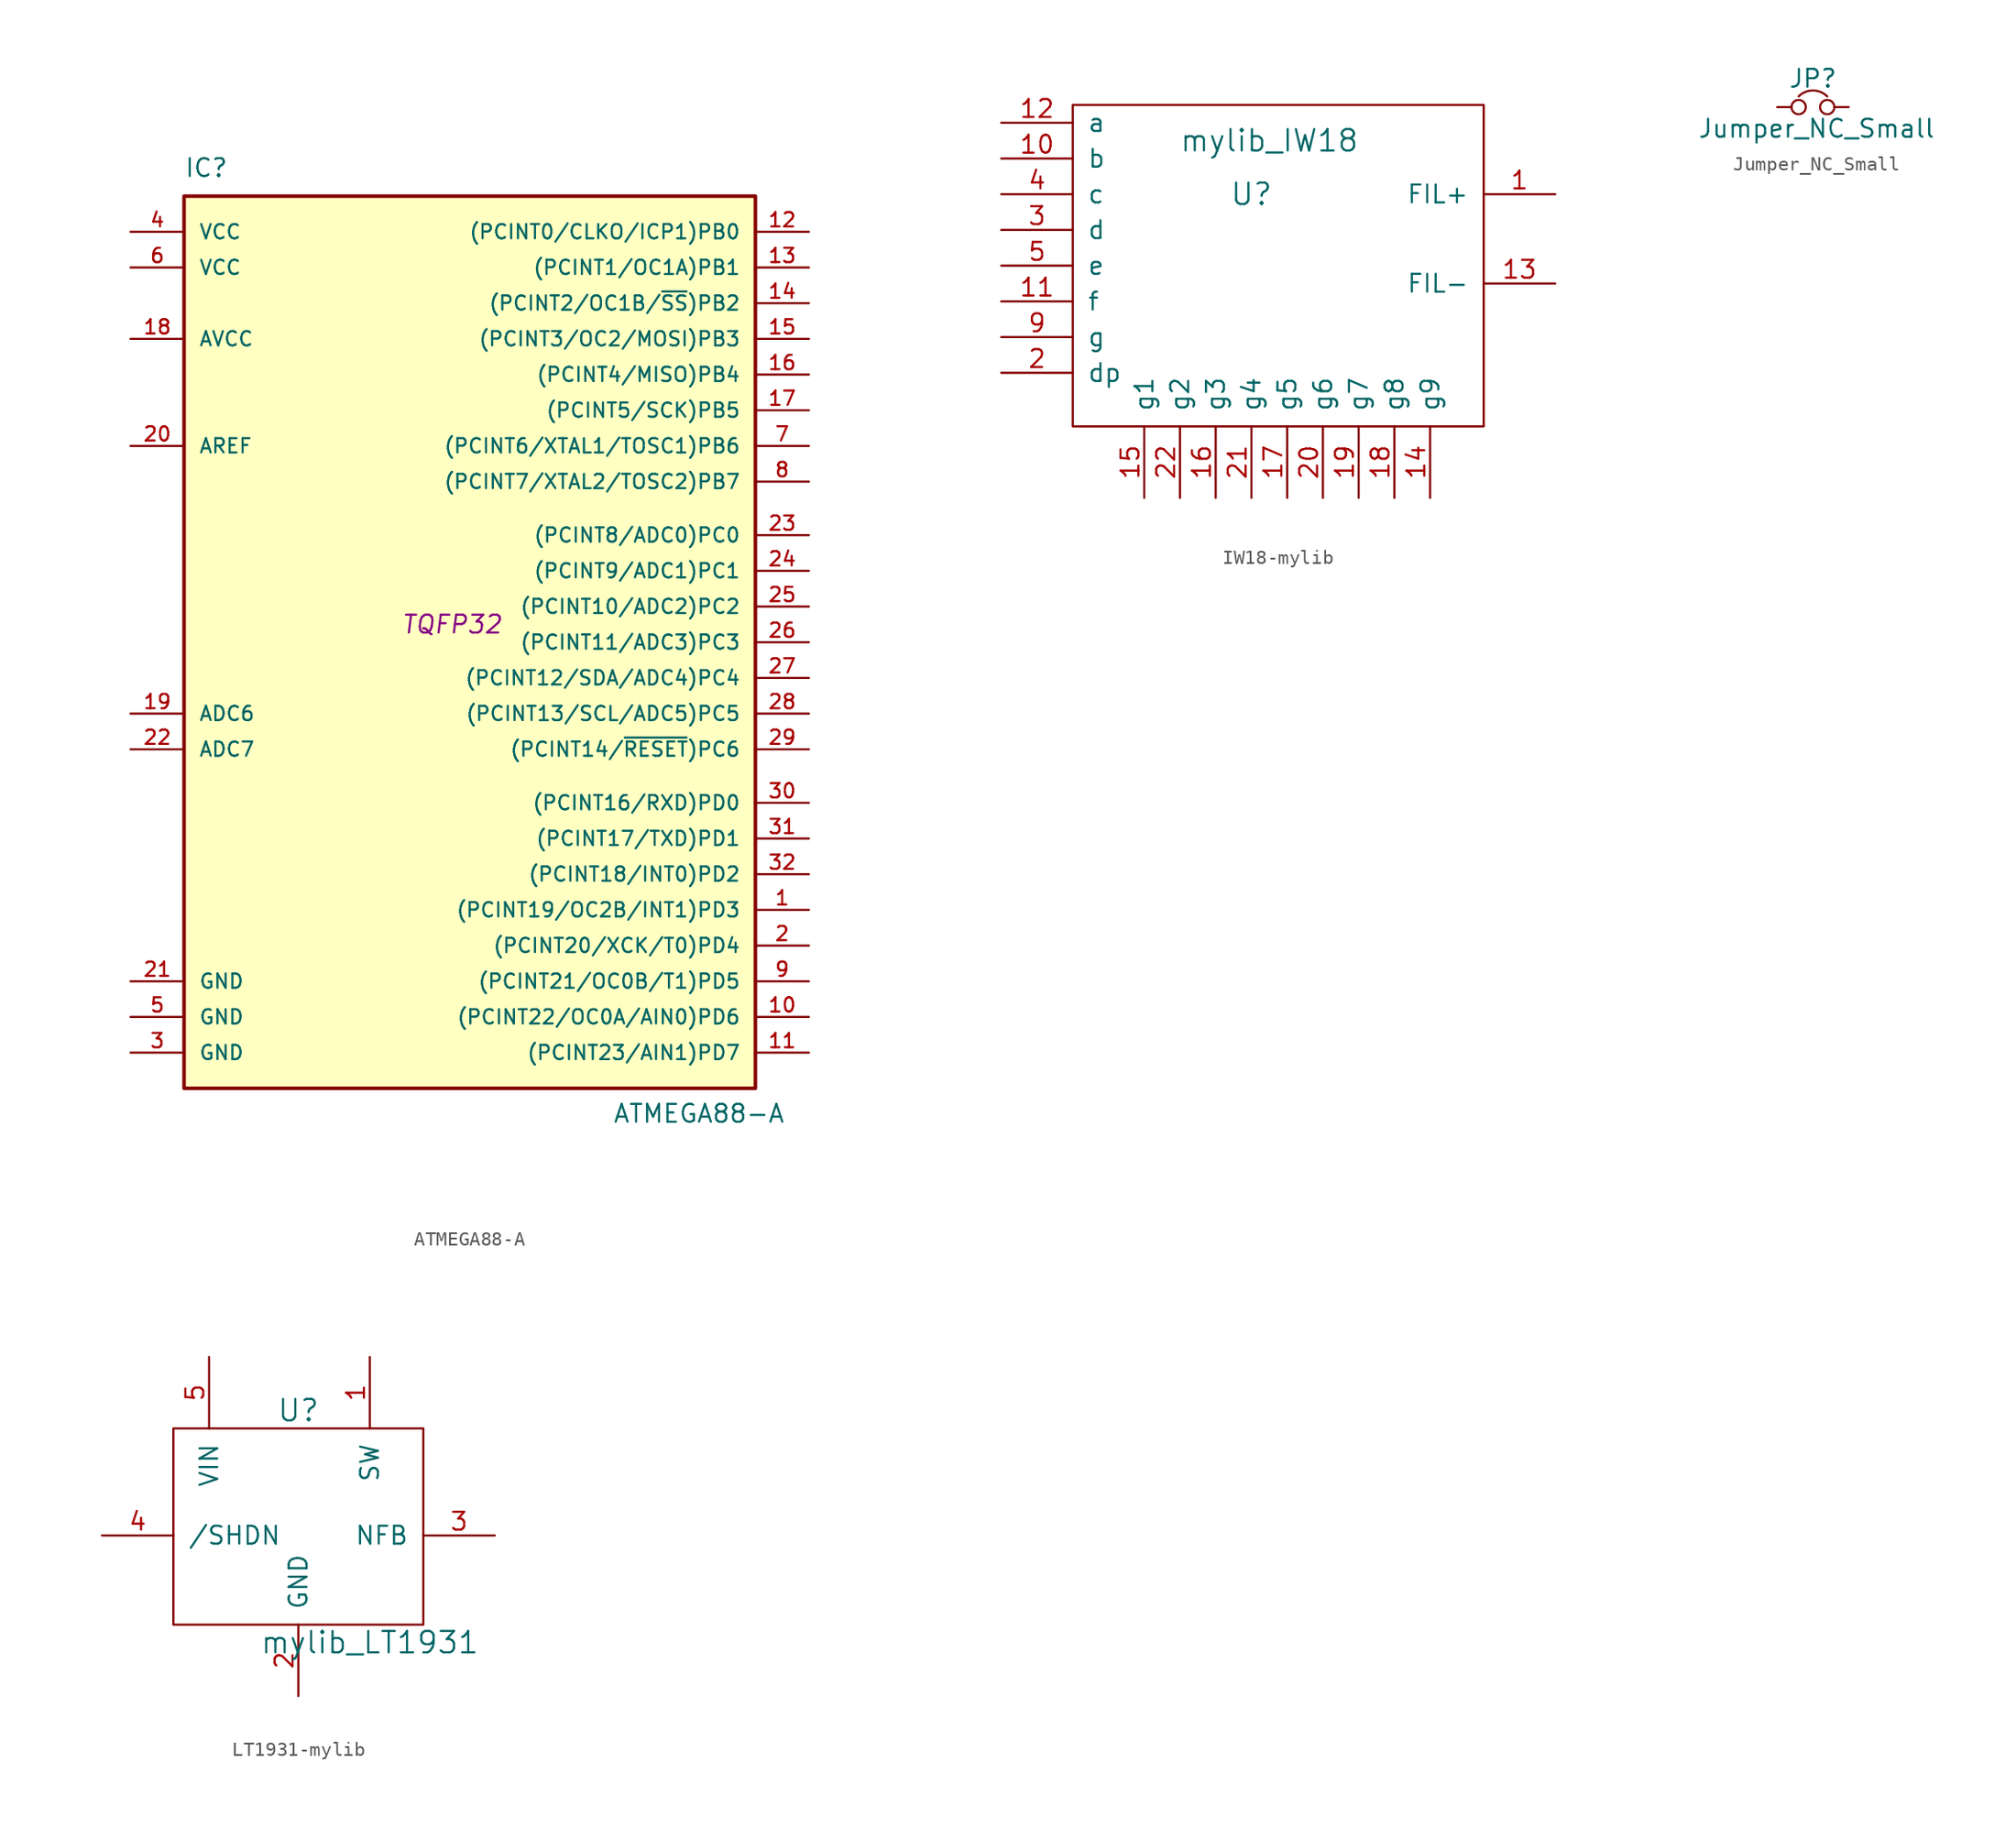
<source format=kicad_sym>
(kicad_symbol_lib
  (version 20220914)
  (generator kicad_symbol_editor)
  (symbol "ATMEGA88-A"
    (pin_names
      (offset 1.016))
    (property "Reference" "IC"
      (at -19.05 31.75 0)
      (effects (font (size 1.27 1.27)) (justify left bottom)))
    (property "Value" "ATMEGA88-A"
      (at 11.43 -35.56 0)
      (effects (font (size 1.27 1.27)) (justify left bottom)))
    (property "Footprint" "TQFP32"
      (at 0 0 0)
      (effects (font (size 1.27 1.27) italic)))
    (property "Datasheet" ""
      (at 0 0 0)
      (effects (font (size 1.27 1.27))))
    (symbol "ATMEGA88-A_0_1"
      (rectangle (start -19.05 30.48) (end 21.59 -33.02) (stroke (width 0.254) (type solid)) (fill (type background))))
    (symbol "ATMEGA88-A_1_1"
      (pin bidirectional line (at 25.4 -20.32 180) (length 3.81) (name "(PCINT19/OC2B/INT1)PD3" (effects (font (size 1.016 1.016)))) (number "1" (effects (font (size 1.016 1.016)))))
      (pin bidirectional line (at 25.4 -27.94 180) (length 3.81) (name "(PCINT22/OC0A/AIN0)PD6" (effects (font (size 1.016 1.016)))) (number "10" (effects (font (size 1.016 1.016)))))
      (pin bidirectional line (at 25.4 -30.48 180) (length 3.81) (name "(PCINT23/AIN1)PD7" (effects (font (size 1.016 1.016)))) (number "11" (effects (font (size 1.016 1.016)))))
      (pin bidirectional line (at 25.4 27.94 180) (length 3.81) (name "(PCINT0/CLKO/ICP1)PB0" (effects (font (size 1.016 1.016)))) (number "12" (effects (font (size 1.016 1.016)))))
      (pin bidirectional line (at 25.4 25.4 180) (length 3.81) (name "(PCINT1/OC1A)PB1" (effects (font (size 1.016 1.016)))) (number "13" (effects (font (size 1.016 1.016)))))
      (pin bidirectional line (at 25.4 22.86 180) (length 3.81) (name "(PCINT2/OC1B/~{SS})PB2" (effects (font (size 1.016 1.016)))) (number "14" (effects (font (size 1.016 1.016)))))
      (pin bidirectional line (at 25.4 20.32 180) (length 3.81) (name "(PCINT3/OC2/MOSI)PB3" (effects (font (size 1.016 1.016)))) (number "15" (effects (font (size 1.016 1.016)))))
      (pin bidirectional line (at 25.4 17.78 180) (length 3.81) (name "(PCINT4/MISO)PB4" (effects (font (size 1.016 1.016)))) (number "16" (effects (font (size 1.016 1.016)))))
      (pin bidirectional line (at 25.4 15.24 180) (length 3.81) (name "(PCINT5/SCK)PB5" (effects (font (size 1.016 1.016)))) (number "17" (effects (font (size 1.016 1.016)))))
      (pin power_in line (at -22.86 20.32 0) (length 3.81) (name "AVCC" (effects (font (size 1.016 1.016)))) (number "18" (effects (font (size 1.016 1.016)))))
      (pin input line (at -22.86 -6.35 0) (length 3.81) (name "ADC6" (effects (font (size 1.016 1.016)))) (number "19" (effects (font (size 1.016 1.016)))))
      (pin bidirectional line (at 25.4 -22.86 180) (length 3.81) (name "(PCINT20/XCK/T0)PD4" (effects (font (size 1.016 1.016)))) (number "2" (effects (font (size 1.016 1.016)))))
      (pin bidirectional line (at -22.86 12.7 0) (length 3.81) (name "AREF" (effects (font (size 1.016 1.016)))) (number "20" (effects (font (size 1.016 1.016)))))
      (pin power_in line (at -22.86 -25.4 0) (length 3.81) (name "GND" (effects (font (size 1.016 1.016)))) (number "21" (effects (font (size 1.016 1.016)))))
      (pin input line (at -22.86 -8.89 0) (length 3.81) (name "ADC7" (effects (font (size 1.016 1.016)))) (number "22" (effects (font (size 1.016 1.016)))))
      (pin bidirectional line (at 25.4 6.35 180) (length 3.81) (name "(PCINT8/ADC0)PC0" (effects (font (size 1.016 1.016)))) (number "23" (effects (font (size 1.016 1.016)))))
      (pin bidirectional line (at 25.4 3.81 180) (length 3.81) (name "(PCINT9/ADC1)PC1" (effects (font (size 1.016 1.016)))) (number "24" (effects (font (size 1.016 1.016)))))
      (pin bidirectional line (at 25.4 1.27 180) (length 3.81) (name "(PCINT10/ADC2)PC2" (effects (font (size 1.016 1.016)))) (number "25" (effects (font (size 1.016 1.016)))))
      (pin bidirectional line (at 25.4 -1.27 180) (length 3.81) (name "(PCINT11/ADC3)PC3" (effects (font (size 1.016 1.016)))) (number "26" (effects (font (size 1.016 1.016)))))
      (pin bidirectional line (at 25.4 -3.81 180) (length 3.81) (name "(PCINT12/SDA/ADC4)PC4" (effects (font (size 1.016 1.016)))) (number "27" (effects (font (size 1.016 1.016)))))
      (pin bidirectional line (at 25.4 -6.35 180) (length 3.81) (name "(PCINT13/SCL/ADC5)PC5" (effects (font (size 1.016 1.016)))) (number "28" (effects (font (size 1.016 1.016)))))
      (pin bidirectional line (at 25.4 -8.89 180) (length 3.81) (name "(PCINT14/~{RESET})PC6" (effects (font (size 1.016 1.016)))) (number "29" (effects (font (size 1.016 1.016)))))
      (pin power_in line (at -22.86 -30.48 0) (length 3.81) (name "GND" (effects (font (size 1.016 1.016)))) (number "3" (effects (font (size 1.016 1.016)))))
      (pin bidirectional line (at 25.4 -12.7 180) (length 3.81) (name "(PCINT16/RXD)PD0" (effects (font (size 1.016 1.016)))) (number "30" (effects (font (size 1.016 1.016)))))
      (pin bidirectional line (at 25.4 -15.24 180) (length 3.81) (name "(PCINT17/TXD)PD1" (effects (font (size 1.016 1.016)))) (number "31" (effects (font (size 1.016 1.016)))))
      (pin bidirectional line (at 25.4 -17.78 180) (length 3.81) (name "(PCINT18/INT0)PD2" (effects (font (size 1.016 1.016)))) (number "32" (effects (font (size 1.016 1.016)))))
      (pin power_in line (at -22.86 27.94 0) (length 3.81) (name "VCC" (effects (font (size 1.016 1.016)))) (number "4" (effects (font (size 1.016 1.016)))))
      (pin power_in line (at -22.86 -27.94 0) (length 3.81) (name "GND" (effects (font (size 1.016 1.016)))) (number "5" (effects (font (size 1.016 1.016)))))
      (pin power_in line (at -22.86 25.4 0) (length 3.81) (name "VCC" (effects (font (size 1.016 1.016)))) (number "6" (effects (font (size 1.016 1.016)))))
      (pin bidirectional line (at 25.4 12.7 180) (length 3.81) (name "(PCINT6/XTAL1/TOSC1)PB6" (effects (font (size 1.016 1.016)))) (number "7" (effects (font (size 1.016 1.016)))))
      (pin bidirectional line (at 25.4 10.16 180) (length 3.81) (name "(PCINT7/XTAL2/TOSC2)PB7" (effects (font (size 1.016 1.016)))) (number "8" (effects (font (size 1.016 1.016)))))
      (pin bidirectional line (at 25.4 -25.4 180) (length 3.81) (name "(PCINT21/OC0B/T1)PD5" (effects (font (size 1.016 1.016)))) (number "9" (effects (font (size 1.016 1.016)))))))
  (symbol "IW18-mylib"
    (pin_names
      (offset 1.016))
    (property "Reference" "U"
      (at 12.7 7.62 0)
      (effects (font (size 1.524 1.524))))
    (property "Value" "mylib_IW18"
      (at 13.97 11.43 0)
      (effects (font (size 1.524 1.524))))
    (symbol "IW18-mylib_0_1"
      (rectangle (start 0 13.97) (end 29.21 -8.89) (stroke (width 0) (type solid)) (fill (type none))))
    (symbol "IW18-mylib_1_1"
      (pin input line (at 34.29 7.62 180) (length 5.08) (name "FIL+" (effects (font (size 1.27 1.27)))) (number "1" (effects (font (size 1.27 1.27)))))
      (pin input line (at -5.08 10.16 0) (length 5.08) (name "b" (effects (font (size 1.27 1.27)))) (number "10" (effects (font (size 1.27 1.27)))))
      (pin input line (at -5.08 0 0) (length 5.08) (name "f" (effects (font (size 1.27 1.27)))) (number "11" (effects (font (size 1.27 1.27)))))
      (pin input line (at -5.08 12.7 0) (length 5.08) (name "a" (effects (font (size 1.27 1.27)))) (number "12" (effects (font (size 1.27 1.27)))))
      (pin input line (at 34.29 1.27 180) (length 5.08) (name "FIL-" (effects (font (size 1.27 1.27)))) (number "13" (effects (font (size 1.27 1.27)))))
      (pin input line (at 25.4 -13.97 90) (length 5.08) (name "g9" (effects (font (size 1.27 1.27)))) (number "14" (effects (font (size 1.27 1.27)))))
      (pin input line (at 5.08 -13.97 90) (length 5.08) (name "g1" (effects (font (size 1.27 1.27)))) (number "15" (effects (font (size 1.27 1.27)))))
      (pin input line (at 10.16 -13.97 90) (length 5.08) (name "g3" (effects (font (size 1.27 1.27)))) (number "16" (effects (font (size 1.27 1.27)))))
      (pin input line (at 15.24 -13.97 90) (length 5.08) (name "g5" (effects (font (size 1.27 1.27)))) (number "17" (effects (font (size 1.27 1.27)))))
      (pin input line (at 22.86 -13.97 90) (length 5.08) (name "g8" (effects (font (size 1.27 1.27)))) (number "18" (effects (font (size 1.27 1.27)))))
      (pin input line (at 20.32 -13.97 90) (length 5.08) (name "g7" (effects (font (size 1.27 1.27)))) (number "19" (effects (font (size 1.27 1.27)))))
      (pin input line (at -5.08 -5.08 0) (length 5.08) (name "dp" (effects (font (size 1.27 1.27)))) (number "2" (effects (font (size 1.27 1.27)))))
      (pin input line (at 17.78 -13.97 90) (length 5.08) (name "g6" (effects (font (size 1.27 1.27)))) (number "20" (effects (font (size 1.27 1.27)))))
      (pin input line (at 12.7 -13.97 90) (length 5.08) (name "g4" (effects (font (size 1.27 1.27)))) (number "21" (effects (font (size 1.27 1.27)))))
      (pin input line (at 7.62 -13.97 90) (length 5.08) (name "g2" (effects (font (size 1.27 1.27)))) (number "22" (effects (font (size 1.27 1.27)))))
      (pin input line (at -5.08 5.08 0) (length 5.08) (name "d" (effects (font (size 1.27 1.27)))) (number "3" (effects (font (size 1.27 1.27)))))
      (pin input line (at -5.08 7.62 0) (length 5.08) (name "c" (effects (font (size 1.27 1.27)))) (number "4" (effects (font (size 1.27 1.27)))))
      (pin input line (at -5.08 2.54 0) (length 5.08) (name "e" (effects (font (size 1.27 1.27)))) (number "5" (effects (font (size 1.27 1.27)))))
      (pin input line (at 19.05 13.97 270) (length 0) hide (name "NC" (effects (font (size 1.27 1.27)))) (number "6" (effects (font (size 1.27 1.27)))))
      (pin input line (at 21.59 13.97 270) (length 0) hide (name "NC" (effects (font (size 1.27 1.27)))) (number "7" (effects (font (size 1.27 1.27)))))
      (pin input line (at 24.13 13.97 270) (length 0) hide (name "NC" (effects (font (size 1.27 1.27)))) (number "8" (effects (font (size 1.27 1.27)))))
      (pin input line (at -5.08 -2.54 0) (length 5.08) (name "g" (effects (font (size 1.27 1.27)))) (number "9" (effects (font (size 1.27 1.27)))))))
  (symbol "Jumper_NC_Small"
    (pin_numbers hide)
    (pin_names
      (offset 0.762) hide)
    (property "Reference" "JP"
      (at 0 2.032 0)
      (effects (font (size 1.27 1.27))))
    (property "Value" "Jumper_NC_Small"
      (at 0.254 -1.524 0)
      (effects (font (size 1.27 1.27))))
    (property "Footprint" ""
      (at 0 0 0)
      (effects (font (size 1.27 1.27))))
    (property "Datasheet" ""
      (at 0 0 0)
      (effects (font (size 1.27 1.27))))
    (symbol "Jumper_NC_Small_0_1"
      (circle (center -1.016 0) (radius 0.508) (stroke (width 0) (type solid)) (fill (type none)))
      (circle (center 1.016 0) (radius 0.508) (stroke (width 0) (type solid)) (fill (type none)))
      (arc (start 1.016 0.762) (mid 0 1.1828) (end -1.016 0.762) (stroke (width 0) (type solid)) (fill (type none)))
      (pin passive line (at -2.54 0 0) (length 1.016) (name "1" (effects (font (size 1.27 1.27)))) (number "1" (effects (font (size 1.27 1.27)))))
      (pin passive line (at 2.54 0 180) (length 1.016) (name "2" (effects (font (size 1.27 1.27)))) (number "2" (effects (font (size 1.27 1.27)))))))
  (symbol "LT1931-mylib"
    (pin_names
      (offset 1.016))
    (property "Reference" "U"
      (at 0 7.62 0)
      (effects (font (size 1.524 1.524))))
    (property "Value" "mylib_LT1931"
      (at 5.08 -8.89 0)
      (effects (font (size 1.524 1.524))))
    (symbol "LT1931-mylib_0_1"
      (rectangle (start -8.89 6.35) (end 8.89 -7.62) (stroke (width 0) (type solid)) (fill (type none))))
    (symbol "LT1931-mylib_1_1"
      (pin input line (at 5.08 11.43 270) (length 5.08) (name "SW" (effects (font (size 1.27 1.27)))) (number "1" (effects (font (size 1.27 1.27)))))
      (pin input line (at 0 -12.7 90) (length 5.08) (name "GND" (effects (font (size 1.27 1.27)))) (number "2" (effects (font (size 1.27 1.27)))))
      (pin input line (at 13.97 -1.27 180) (length 5.08) (name "NFB" (effects (font (size 1.27 1.27)))) (number "3" (effects (font (size 1.27 1.27)))))
      (pin input line (at -13.97 -1.27 0) (length 5.08) (name "/SHDN" (effects (font (size 1.27 1.27)))) (number "4" (effects (font (size 1.27 1.27)))))
      (pin input line (at -6.35 11.43 270) (length 5.08) (name "VIN" (effects (font (size 1.27 1.27)))) (number "5" (effects (font (size 1.27 1.27))))))))
</source>
